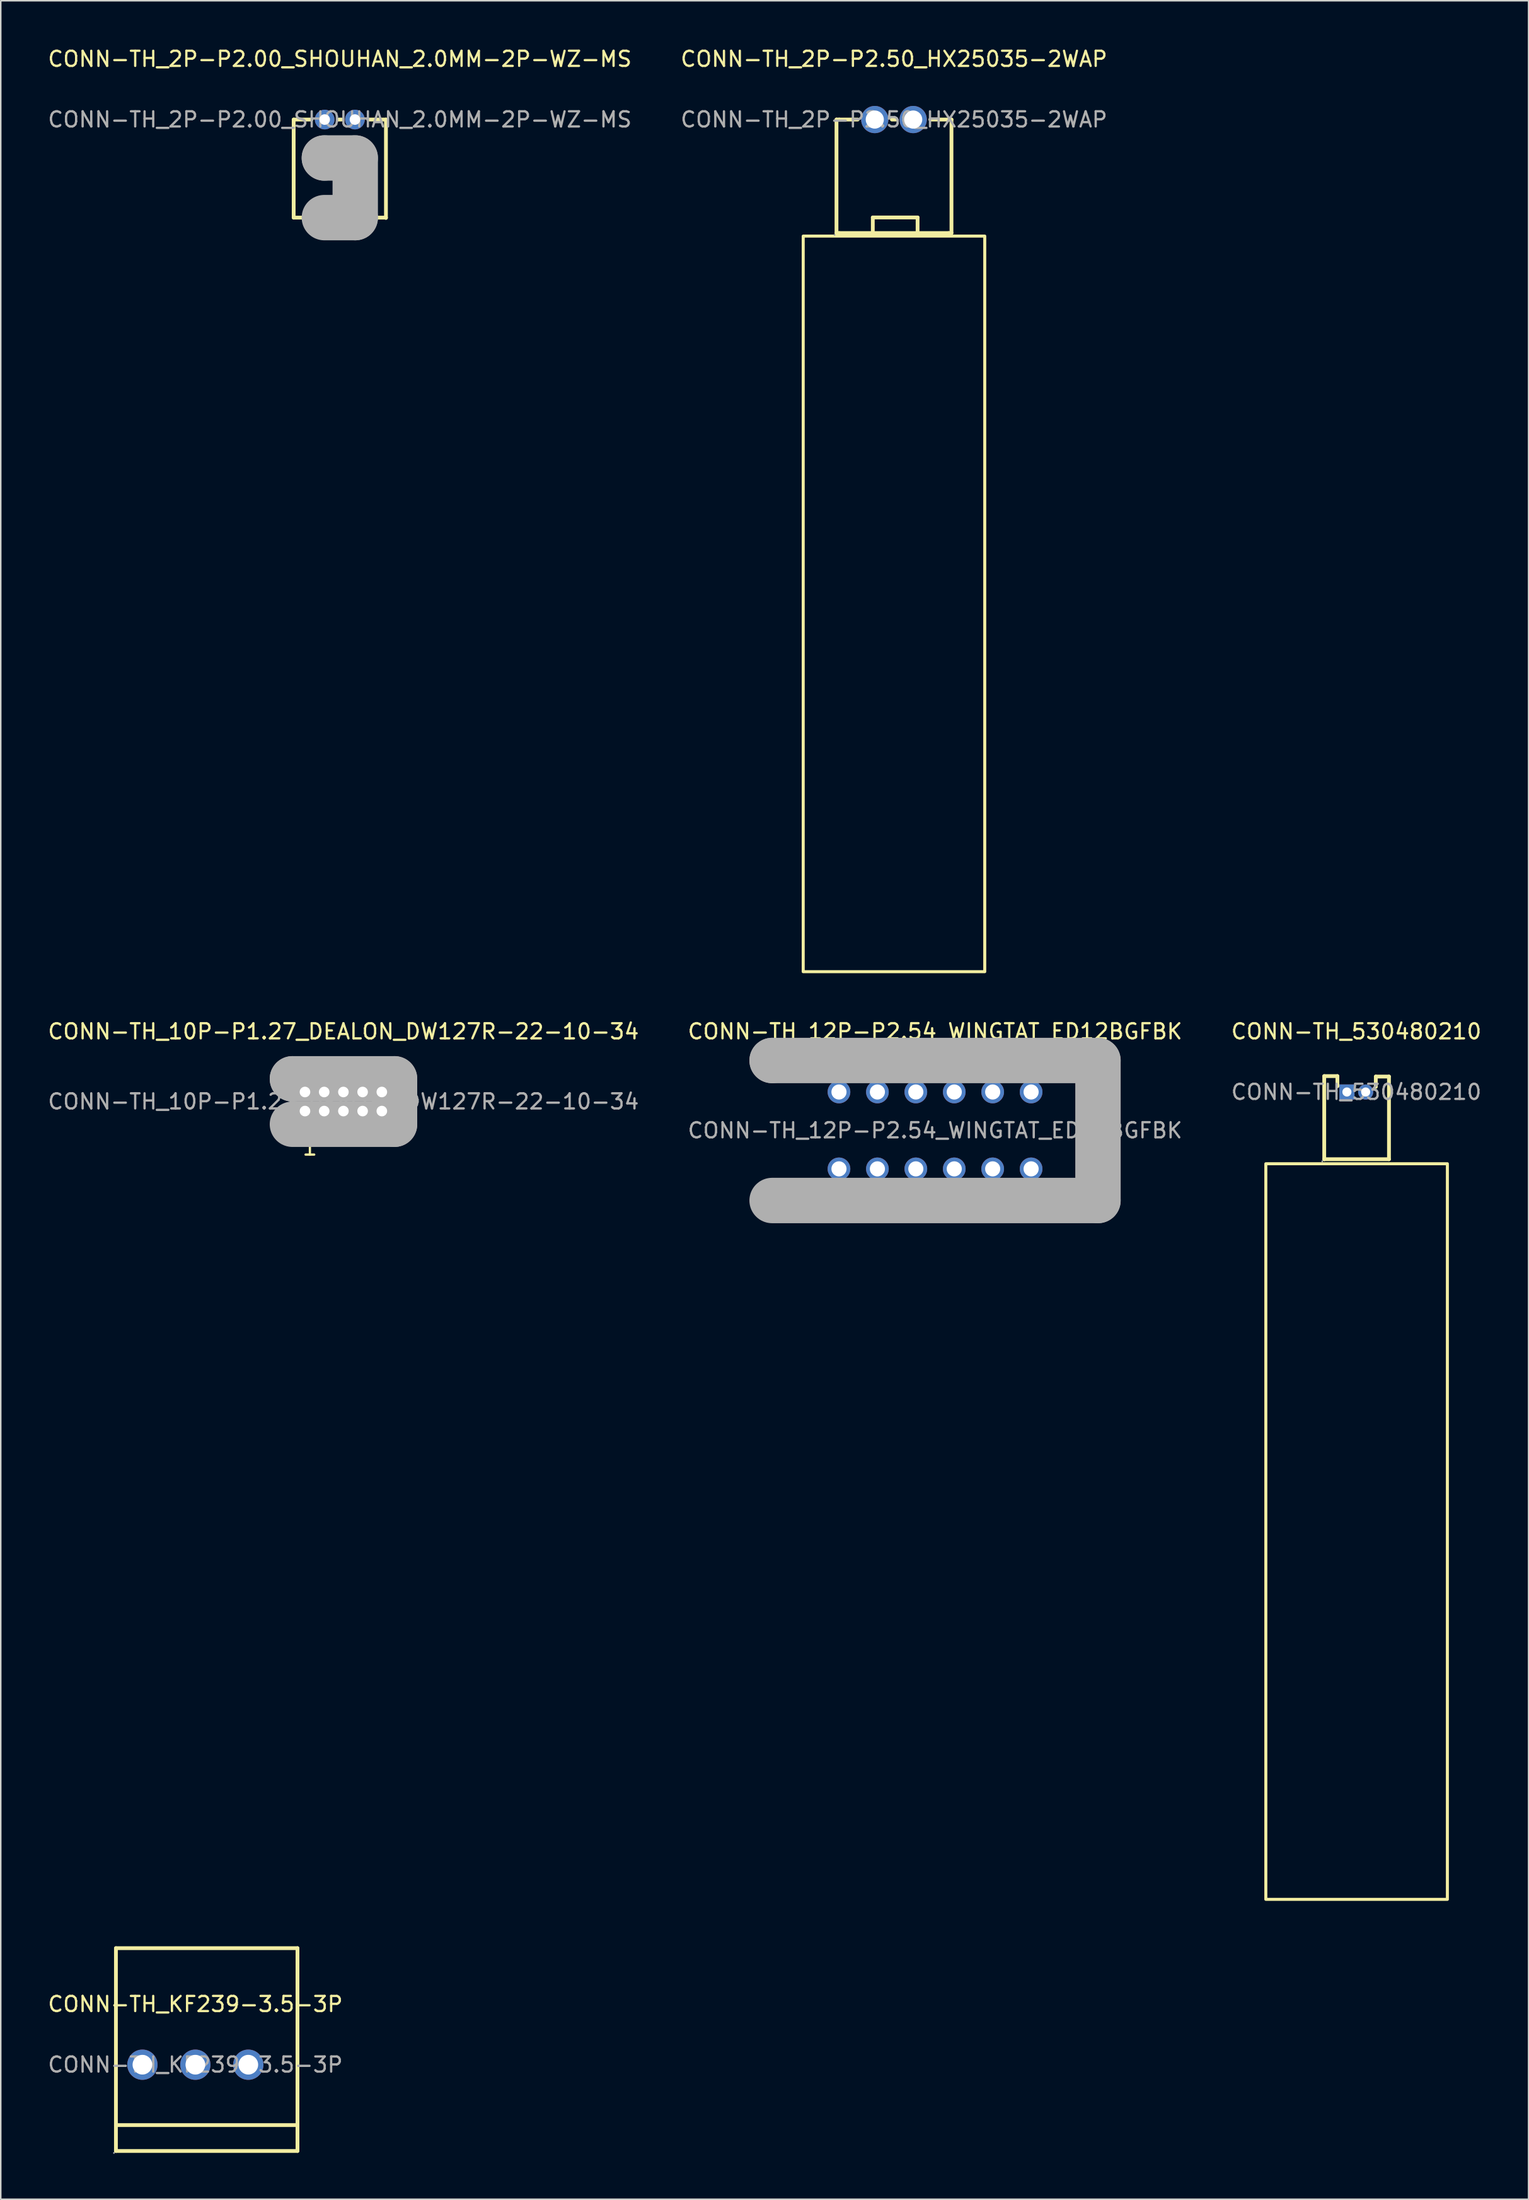
<source format=kicad_pcb>
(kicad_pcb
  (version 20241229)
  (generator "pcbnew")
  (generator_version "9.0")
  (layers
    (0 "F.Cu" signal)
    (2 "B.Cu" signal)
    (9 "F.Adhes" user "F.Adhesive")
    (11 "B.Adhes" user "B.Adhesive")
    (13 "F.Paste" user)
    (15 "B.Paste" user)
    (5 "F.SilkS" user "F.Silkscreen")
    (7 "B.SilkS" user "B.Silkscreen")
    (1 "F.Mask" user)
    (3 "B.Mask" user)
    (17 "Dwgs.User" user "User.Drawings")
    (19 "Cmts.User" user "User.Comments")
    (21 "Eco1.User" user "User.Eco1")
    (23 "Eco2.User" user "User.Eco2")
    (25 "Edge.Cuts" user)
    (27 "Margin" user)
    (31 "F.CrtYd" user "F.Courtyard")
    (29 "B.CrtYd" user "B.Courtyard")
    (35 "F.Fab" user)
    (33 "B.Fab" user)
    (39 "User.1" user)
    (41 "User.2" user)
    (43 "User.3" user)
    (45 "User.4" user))
  (footprint "CONN-TH_2P-P2.00_SHOUHAN_2.0MM-2P-WZ-MS"
    (layer "F.Cu")
    (at 19.411 4.848)
    (property "Reference" "CONN-TH_2P-P2.00_SHOUHAN_2.0MM-2P-WZ-MS" (at 0 -4 0) (layer "F.SilkS") (effects (font (size 1 1) (thickness 0.15))))
    (attr through_hole)
    (fp_line (start -3.05 0) (end -3.05 6.48) (stroke (width 0.25) (type solid)) (layer "F.SilkS"))
    (fp_line (start -3.05 0) (end -1.88 0) (stroke (width 0.25) (type solid)) (layer "F.SilkS"))
    (fp_line (start -3.05 6.48) (end 3.05 6.48) (stroke (width 0.25) (type solid)) (layer "F.SilkS"))
    (fp_line (start -0.12 0) (end 0.12 0) (stroke (width 0.25) (type solid)) (layer "F.SilkS"))
    (fp_line (start 1.88 0) (end 3.05 0) (stroke (width 0.25) (type solid)) (layer "F.SilkS"))
    (fp_line (start 3.05 0) (end 3.05 6.5) (stroke (width 0.25) (type solid)) (layer "F.SilkS"))
    (fp_line (start -1.02 2.54) (end -1.02 2.54) (stroke (width 3) (type solid)) (layer "F.Fab"))
    (fp_line (start -1.02 2.54) (end 1.02 2.54) (stroke (width 3) (type solid)) (layer "F.Fab"))
    (fp_line (start 1.02 2.54) (end 1.02 6.48) (stroke (width 3) (type solid)) (layer "F.Fab"))
    (fp_line (start 1.02 6.48) (end -1.02 6.48) (stroke (width 3) (type solid)) (layer "F.Fab"))
    (fp_text user "${REFERENCE}" (at 0 0 0) (layer "F.Fab") (effects (font (size 1 1) (thickness 0.15))))
    (pad "1" thru_hole circle (at -1 0) (size 1.3 1.3) (drill 0.7) (layers "*.Cu" "*.Mask"))
    (pad "2" thru_hole circle (at 1 0) (size 1.3 1.3) (drill 0.7) (layers "*.Cu" "*.Mask")))
  (footprint "CONN-TH_530480210"
    (layer "F.Cu")
    (at 86.601 69.097)
    (property "Reference" "CONN-TH_530480210" (at 0 -4 0) (layer "F.SilkS") (effects (font (size 1 1) (thickness 0.15))))
    (attr through_hole)
    (fp_line (start -2.12 -1.05) (end -2.12 4.45) (stroke (width 0.25) (type solid)) (layer "F.SilkS"))
    (fp_line (start -2.12 -1.05) (end -1.25 -1.05) (stroke (width 0.25) (type solid)) (layer "F.SilkS"))
    (fp_line (start -1.25 -1.05) (end -1.25 -0.38) (stroke (width 0.25) (type solid)) (layer "F.SilkS"))
    (fp_line (start 1.29 -1.02) (end 1.29 -0.34) (stroke (width 0.25) (type solid)) (layer "F.SilkS"))
    (fp_line (start 2.16 -1.02) (end 1.29 -1.02) (stroke (width 0.25) (type solid)) (layer "F.SilkS"))
    (fp_line (start 2.16 -1.02) (end 2.16 4.44) (stroke (width 0.25) (type solid)) (layer "F.SilkS"))
    (fp_line (start 2.16 4.44) (end -2.12 4.44) (stroke (width 0.25) (type solid)) (layer "F.SilkS"))
    (fp_rect (start -5.98 4.74) (end 6.02 53.34) (stroke (width 0.2) (type default)) (fill no) (layer "F.SilkS"))
    (fp_circle (center -2.25 4.58) (end -2.22 4.58) (stroke (width 0.06) (type solid)) (fill no) (layer "F.Fab"))
    (fp_circle (center -0.62 0) (end -0.52 0) (stroke (width 0.2) (type solid)) (fill no) (layer "F.Fab"))
    (fp_circle (center 0.62 0) (end 0.72 0) (stroke (width 0.2) (type solid)) (fill no) (layer "F.Fab"))
    (fp_text user "${REFERENCE}" (at 0 0 0) (layer "F.Fab") (effects (font (size 1 1) (thickness 0.15))))
    (pad "1" thru_hole rect (at -0.62 0) (size 1 1) (drill 0.6) (layers "*.Cu" "*.Mask"))
    (pad "2" thru_hole circle (at 0.62 0) (size 1 1) (drill 0.6) (layers "*.Cu" "*.Mask")))
  (footprint "CONN-TH_KF239-3.5-3P"
    (layer "F.Cu")
    (at 9.863 133.362)
    (property "Reference" "CONN-TH_KF239-3.5-3P" (at 0 -4 0) (layer "F.SilkS") (effects (font (size 1 1) (thickness 0.15))))
    (attr through_hole)
    (fp_line (start -5.25 -7.7) (end 6.75 -7.7) (stroke (width 0.25) (type solid)) (layer "F.SilkS"))
    (fp_line (start -5.25 3.99) (end 6.75 3.99) (stroke (width 0.25) (type solid)) (layer "F.SilkS"))
    (fp_line (start -5.25 5.7) (end -5.25 -7.7) (stroke (width 0.25) (type solid)) (layer "F.SilkS"))
    (fp_line (start -5.25 5.7) (end 6.75 5.7) (stroke (width 0.25) (type solid)) (layer "F.SilkS"))
    (fp_line (start 6.75 5.7) (end 6.75 -7.7) (stroke (width 0.25) (type solid)) (layer "F.SilkS"))
    (fp_circle (center -5.38 5.83) (end -5.35 5.83) (stroke (width 0.06) (type solid)) (fill no) (layer "F.Fab"))
    (fp_circle (center -3.5 0) (end -3.22 0) (stroke (width 0.55) (type solid)) (fill no) (layer "F.Fab"))
    (fp_circle (center 0 0) (end 0.28 0) (stroke (width 0.55) (type solid)) (fill no) (layer "F.Fab"))
    (fp_circle (center 3.5 0) (end 3.78 0) (stroke (width 0.55) (type solid)) (fill no) (layer "F.Fab"))
    (fp_text user "${REFERENCE}" (at 0 0 0) (layer "F.Fab") (effects (font (size 1 1) (thickness 0.15))))
    (pad "1" thru_hole circle (at -3.5 0) (size 2 2) (drill 1.3) (layers "*.Cu" "*.Mask"))
    (pad "2" thru_hole circle (at 0 0) (size 2 2) (drill 1.3) (layers "*.Cu" "*.Mask"))
    (pad "3" thru_hole circle (at 3.5 0) (size 2 2) (drill 1.3) (layers "*.Cu" "*.Mask")))
  (footprint "CONN-TH_2P-P2.50_HX25035-2WAP"
    (layer "F.Cu")
    (at 56.042 4.848)
    (property "Reference" "CONN-TH_2P-P2.50_HX25035-2WAP" (at 0 -4 0) (layer "F.SilkS") (effects (font (size 1 1) (thickness 0.15))))
    (attr through_hole)
    (fp_line (start -3.8 7.5) (end -3.8 0) (stroke (width 0.25) (type solid)) (layer "F.SilkS"))
    (fp_line (start -3.62 0) (end -3.8 0) (stroke (width 0.25) (type solid)) (layer "F.SilkS"))
    (fp_line (start -3.62 7.5) (end -3.8 7.5) (stroke (width 0.25) (type solid)) (layer "F.SilkS"))
    (fp_line (start -3.62 7.5) (end 3.62 7.5) (stroke (width 0.25) (type solid)) (layer "F.SilkS"))
    (fp_line (start -2.4 0) (end -3.62 0) (stroke (width 0.25) (type solid)) (layer "F.SilkS"))
    (fp_line (start -1.4 6.47) (end 1.56 6.47) (stroke (width 0.25) (type solid)) (layer "F.SilkS"))
    (fp_line (start -1.4 7.49) (end -1.4 6.47) (stroke (width 0.25) (type solid)) (layer "F.SilkS"))
    (fp_line (start 0.14 0) (end -0.14 0) (stroke (width 0.25) (type solid)) (layer "F.SilkS"))
    (fp_line (start 1.56 6.47) (end 1.56 7.49) (stroke (width 0.25) (type solid)) (layer "F.SilkS"))
    (fp_line (start 3.8 0) (end 2.4 0) (stroke (width 0.25) (type solid)) (layer "F.SilkS"))
    (fp_line (start 3.8 7.5) (end 3.62 7.5) (stroke (width 0.25) (type solid)) (layer "F.SilkS"))
    (fp_line (start 3.8 7.5) (end 3.8 0) (stroke (width 0.25) (type solid)) (layer "F.SilkS"))
    (fp_rect (start -6 7.7) (end 6 56.3) (stroke (width 0.2) (type default)) (fill no) (layer "F.SilkS"))
    (fp_circle (center -3.93 7.63) (end -3.9 7.63) (stroke (width 0.06) (type solid)) (fill no) (layer "F.Fab"))
    (fp_circle (center -1.27 0) (end -1.02 0) (stroke (width 0.5) (type solid)) (fill no) (layer "F.Fab"))
    (fp_circle (center 1.27 0) (end 1.52 0) (stroke (width 0.5) (type solid)) (fill no) (layer "F.Fab"))
    (fp_text user "${REFERENCE}" (at 0 0 0) (layer "F.Fab") (effects (font (size 1 1) (thickness 0.15))))
    (pad "1" thru_hole circle (at -1.27 0) (size 1.8 1.8) (drill 1.2) (layers "*.Cu" "*.Mask"))
    (pad "2" thru_hole circle (at 1.27 0) (size 1.8 1.8) (drill 1.2) (layers "*.Cu" "*.Mask")))
  (footprint "CONN-TH_12P-P2.54_WINGTAT_ED12BGFBK"
    (layer "F.Cu")
    (at 58.756 71.636)
    (property "Reference" "CONN-TH_12P-P2.54_WINGTAT_ED12BGFBK" (at 0 -6.54 0) (layer "F.SilkS") (effects (font (size 1 1) (thickness 0.15))))
    (attr through_hole)
    (fp_line (start -10.77 -4.62) (end -10.77 -4.62) (stroke (width 3) (type solid)) (layer "F.Fab"))
    (fp_line (start -10.77 -4.62) (end 10.77 -4.62) (stroke (width 3) (type solid)) (layer "F.Fab"))
    (fp_line (start 10.77 -4.62) (end 10.77 4.63) (stroke (width 3) (type solid)) (layer "F.Fab"))
    (fp_line (start 10.77 4.63) (end -10.77 4.63) (stroke (width 3) (type solid)) (layer "F.Fab"))
    (fp_circle (center -10.76 -4.62) (end -10.73 -4.62) (stroke (width 0.06) (type solid)) (fill no) (layer "F.Fab"))
    (fp_text user "${REFERENCE}" (at 0 0 0) (layer "F.Fab") (effects (font (size 1 1) (thickness 0.15))))
    (pad "1" thru_hole circle (at -6.35 -2.54) (size 1.5 1.5) (drill 1) (layers "*.Cu" "*.Mask"))
    (pad "2" thru_hole circle (at -3.81 -2.54) (size 1.5 1.5) (drill 1) (layers "*.Cu" "*.Mask"))
    (pad "3" thru_hole circle (at -1.27 -2.54) (size 1.5 1.5) (drill 1) (layers "*.Cu" "*.Mask"))
    (pad "4" thru_hole circle (at 1.27 -2.54) (size 1.5 1.5) (drill 1) (layers "*.Cu" "*.Mask"))
    (pad "5" thru_hole circle (at 3.81 -2.54) (size 1.5 1.5) (drill 1) (layers "*.Cu" "*.Mask"))
    (pad "6" thru_hole circle (at 6.35 -2.54) (size 1.5 1.5) (drill 1) (layers "*.Cu" "*.Mask"))
    (pad "7" thru_hole circle (at 6.35 2.54) (size 1.5 1.5) (drill 1) (layers "*.Cu" "*.Mask"))
    (pad "8" thru_hole circle (at 3.81 2.54) (size 1.5 1.5) (drill 1) (layers "*.Cu" "*.Mask"))
    (pad "9" thru_hole circle (at 1.27 2.54) (size 1.5 1.5) (drill 1) (layers "*.Cu" "*.Mask"))
    (pad "10" thru_hole circle (at -1.27 2.54) (size 1.5 1.5) (drill 1) (layers "*.Cu" "*.Mask"))
    (pad "11" thru_hole circle (at -3.81 2.54) (size 1.5 1.5) (drill 1) (layers "*.Cu" "*.Mask"))
    (pad "12" thru_hole circle (at -6.35 2.54) (size 1.5 1.5) (drill 1) (layers "*.Cu" "*.Mask")))
  (footprint "CONN-TH_10P-P1.27_DEALON_DW127R-22-10-34"
    (layer "F.Cu")
    (at 19.649 69.727)
    (property "Reference" "CONN-TH_10P-P1.27_DEALON_DW127R-22-10-34" (at 0 -4.63 0) (layer "F.SilkS") (effects (font (size 1 1) (thickness 0.15))))
    (attr through_hole)
    (fp_line (start -3.37 -1.5) (end -3.37 -1.5) (stroke (width 3) (type solid)) (layer "F.Fab"))
    (fp_line (start -3.37 -1.5) (end 3.38 -1.5) (stroke (width 3) (type solid)) (layer "F.Fab"))
    (fp_line (start 3.38 -1.5) (end 3.38 1.5) (stroke (width 3) (type solid)) (layer "F.Fab"))
    (fp_line (start 3.38 1.5) (end -3.37 1.5) (stroke (width 3) (type solid)) (layer "F.Fab"))
    (fp_circle (center -3.37 1.5) (end -3.34 1.5) (stroke (width 0.06) (type solid)) (fill no) (layer "F.Fab"))
    (fp_text user "1" (at -2.79 3.05 0) (layer "F.SilkS") (effects (font (size 1 1) (thickness 0.15)) (justify left)))
    (fp_text user "${REFERENCE}" (at 0 0 0) (layer "F.Fab") (effects (font (size 1 1) (thickness 0.15))))
    (pad "1" thru_hole rect (at -2.54 0.63) (size 1 1) (drill 0.7) (layers "*.Cu" "*.Mask"))
    (pad "2" thru_hole circle (at -2.54 -0.63) (size 1 1) (drill 0.7) (layers "*.Cu" "*.Mask"))
    (pad "3" thru_hole circle (at -1.27 0.63) (size 1 1) (drill 0.7) (layers "*.Cu" "*.Mask"))
    (pad "4" thru_hole circle (at -1.27 -0.63) (size 1 1) (drill 0.7) (layers "*.Cu" "*.Mask"))
    (pad "5" thru_hole circle (at 0 0.63) (size 1 1) (drill 0.7) (layers "*.Cu" "*.Mask"))
    (pad "6" thru_hole circle (at 0 -0.63) (size 1 1) (drill 0.7) (layers "*.Cu" "*.Mask"))
    (pad "7" thru_hole circle (at 1.27 0.63) (size 1 1) (drill 0.7) (layers "*.Cu" "*.Mask"))
    (pad "8" thru_hole circle (at 1.27 -0.63) (size 1 1) (drill 0.7) (layers "*.Cu" "*.Mask"))
    (pad "9" thru_hole circle (at 2.54 0.63) (size 1 1) (drill 0.7) (layers "*.Cu" "*.Mask"))
    (pad "10" thru_hole circle (at 2.54 -0.63) (size 1 1) (drill 0.7) (layers "*.Cu" "*.Mask")))
  (gr_rect
    (start -3 -3)
    (end 97.988 142.251)
    (stroke (width 0.1) (type default))
    (fill no)
    (layer "Edge.Cuts")))
</source>
